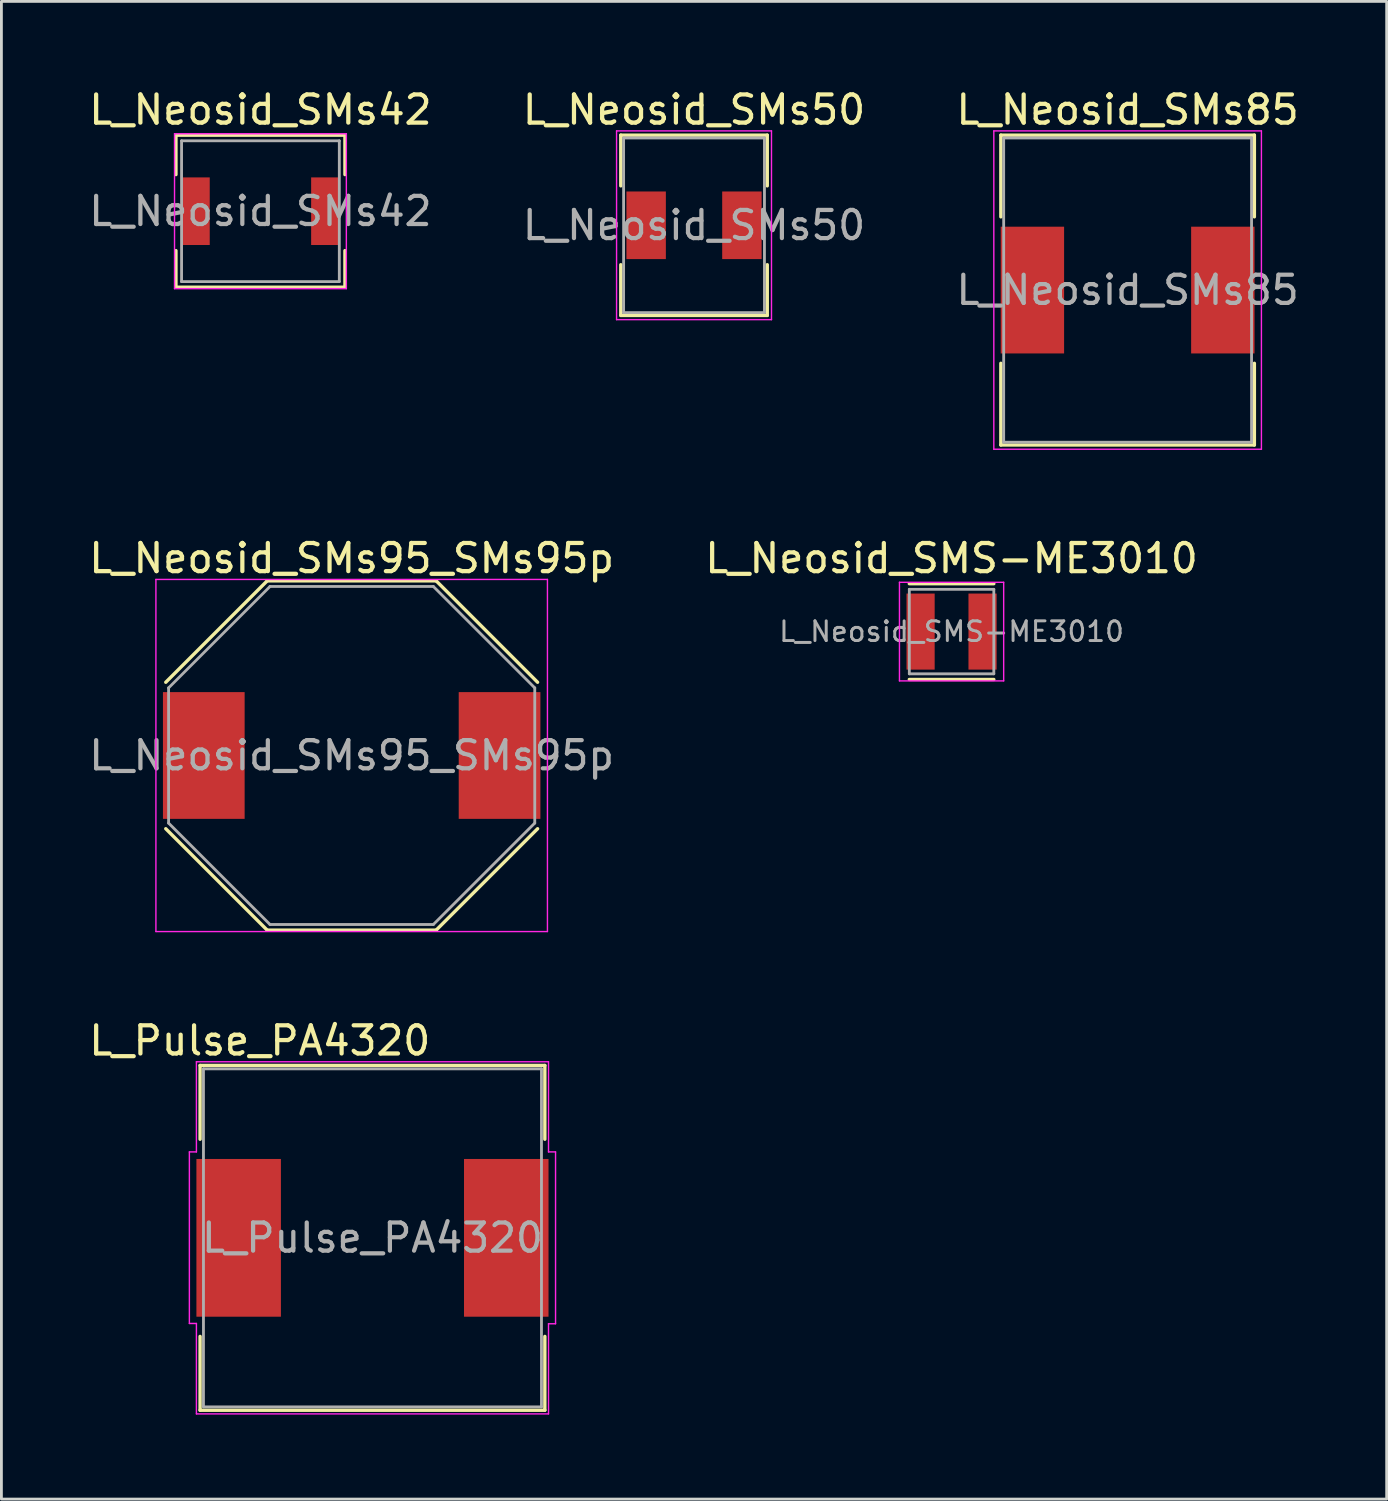
<source format=kicad_pcb>
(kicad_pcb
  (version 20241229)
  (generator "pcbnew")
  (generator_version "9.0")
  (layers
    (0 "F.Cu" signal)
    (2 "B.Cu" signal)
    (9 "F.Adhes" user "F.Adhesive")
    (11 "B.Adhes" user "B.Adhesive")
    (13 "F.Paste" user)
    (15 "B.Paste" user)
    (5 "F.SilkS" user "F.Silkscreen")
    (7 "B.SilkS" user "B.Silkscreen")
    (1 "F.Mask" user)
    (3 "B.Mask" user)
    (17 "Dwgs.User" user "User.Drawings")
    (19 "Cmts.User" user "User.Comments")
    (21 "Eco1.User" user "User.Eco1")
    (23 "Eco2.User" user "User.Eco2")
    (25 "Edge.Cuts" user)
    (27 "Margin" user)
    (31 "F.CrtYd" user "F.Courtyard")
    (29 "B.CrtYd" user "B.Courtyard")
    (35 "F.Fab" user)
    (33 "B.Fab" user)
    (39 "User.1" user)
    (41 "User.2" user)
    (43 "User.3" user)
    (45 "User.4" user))
  (footprint "L_Neosid_SMs42"
    (layer "F.Cu")
    (at 6.196 4.448)
    (property "Reference" "L_Neosid_SMs42" (at 0 -3.6 0) (layer "F.SilkS") (effects (font (size 1 1) (thickness 0.15))))
    (attr smd)
    (fp_line (start -3 -2.7) (end 3 -2.7) (stroke (width 0.12) (type solid)) (layer "F.SilkS"))
    (fp_line (start -3 -1.3) (end -3 -2.7) (stroke (width 0.12) (type solid)) (layer "F.SilkS"))
    (fp_line (start -3 2.7) (end -3 1.4) (stroke (width 0.12) (type solid)) (layer "F.SilkS"))
    (fp_line (start 3 -2.7) (end 3 -1.3) (stroke (width 0.12) (type solid)) (layer "F.SilkS"))
    (fp_line (start 3 1.4) (end 3 2.7) (stroke (width 0.12) (type solid)) (layer "F.SilkS"))
    (fp_line (start 3 2.7) (end -3 2.7) (stroke (width 0.12) (type solid)) (layer "F.SilkS"))
    (fp_line (start -3.05 -2.75) (end -3.05 2.75) (stroke (width 0.05) (type solid)) (layer "F.CrtYd"))
    (fp_line (start -3.05 -2.75) (end 3.05 -2.75) (stroke (width 0.05) (type solid)) (layer "F.CrtYd"))
    (fp_line (start 3.05 2.75) (end -3.05 2.75) (stroke (width 0.05) (type solid)) (layer "F.CrtYd"))
    (fp_line (start 3.05 2.75) (end 3.05 -2.75) (stroke (width 0.05) (type solid)) (layer "F.CrtYd"))
    (fp_line (start -2.8 -2.5) (end 2.8 -2.5) (stroke (width 0.1) (type solid)) (layer "F.Fab"))
    (fp_line (start -2.8 2.5) (end -2.8 -2.5) (stroke (width 0.1) (type solid)) (layer "F.Fab"))
    (fp_line (start 2.8 -2.5) (end 2.8 2.5) (stroke (width 0.1) (type solid)) (layer "F.Fab"))
    (fp_line (start 2.8 2.5) (end -2.8 2.5) (stroke (width 0.1) (type solid)) (layer "F.Fab"))
    (fp_text user "${REFERENCE}" (at 0 0 0) (layer "F.Fab") (effects (font (size 1 1) (thickness 0.15))))
    (pad "1" smd rect (at -2.3 0) (size 1 2.4) (layers "F.Cu" "F.Mask" "F.Paste"))
    (pad "2" smd rect (at 2.3 0) (size 1 2.4) (layers "F.Cu" "F.Mask" "F.Paste")))
  (footprint "L_Neosid_SMs95_SMs95p"
    (layer "F.Cu")
    (at 9.435 23.771)
    (property "Reference" "L_Neosid_SMs95_SMs95p" (at 0 -7 0) (layer "F.SilkS") (effects (font (size 1 1) (thickness 0.15))))
    (attr smd)
    (fp_line (start -6.6 -2.6) (end -3 -6.2) (stroke (width 0.12) (type solid)) (layer "F.SilkS"))
    (fp_line (start -3 -6.2) (end 3 -6.2) (stroke (width 0.12) (type solid)) (layer "F.SilkS"))
    (fp_line (start -3 6.2) (end -6.6 2.6) (stroke (width 0.12) (type solid)) (layer "F.SilkS"))
    (fp_line (start 3 -6.2) (end 6.6 -2.6) (stroke (width 0.12) (type solid)) (layer "F.SilkS"))
    (fp_line (start 3 6.2) (end -3 6.2) (stroke (width 0.12) (type solid)) (layer "F.SilkS"))
    (fp_line (start 6.6 2.6) (end 3 6.2) (stroke (width 0.12) (type solid)) (layer "F.SilkS"))
    (fp_line (start -6.95 -6.25) (end -6.95 6.25) (stroke (width 0.05) (type solid)) (layer "F.CrtYd"))
    (fp_line (start -6.95 -6.25) (end 6.95 -6.25) (stroke (width 0.05) (type solid)) (layer "F.CrtYd"))
    (fp_line (start 6.95 6.25) (end -6.95 6.25) (stroke (width 0.05) (type solid)) (layer "F.CrtYd"))
    (fp_line (start 6.95 6.25) (end 6.95 -6.25) (stroke (width 0.05) (type solid)) (layer "F.CrtYd"))
    (fp_line (start -6.5 -2.4) (end -6.5 2.4) (stroke (width 0.1) (type solid)) (layer "F.Fab"))
    (fp_line (start -6.5 -2.4) (end -2.9 -6) (stroke (width 0.1) (type solid)) (layer "F.Fab"))
    (fp_line (start -6.5 2.4) (end -2.9 6) (stroke (width 0.1) (type solid)) (layer "F.Fab"))
    (fp_line (start -2.9 6) (end 2.9 6) (stroke (width 0.1) (type solid)) (layer "F.Fab"))
    (fp_line (start 2.9 -6) (end -2.9 -6) (stroke (width 0.1) (type solid)) (layer "F.Fab"))
    (fp_line (start 2.9 6) (end 6.5 2.4) (stroke (width 0.1) (type solid)) (layer "F.Fab"))
    (fp_line (start 6.5 -2.4) (end 2.9 -6) (stroke (width 0.1) (type solid)) (layer "F.Fab"))
    (fp_line (start 6.5 2.4) (end 6.5 -2.4) (stroke (width 0.1) (type solid)) (layer "F.Fab"))
    (fp_text user "${REFERENCE}" (at 0 0 0) (layer "F.Fab") (effects (font (size 1 1) (thickness 0.15))))
    (pad "1" smd rect (at -5.25 0) (size 2.9 4.5) (layers "F.Cu" "F.Mask" "F.Paste"))
    (pad "2" smd rect (at 5.25 0) (size 2.9 4.5) (layers "F.Cu" "F.Mask" "F.Paste")))
  (footprint "L_Neosid_SMs50"
    (layer "F.Cu")
    (at 21.589 4.948)
    (property "Reference" "L_Neosid_SMs50" (at 0 -4.1 0) (layer "F.SilkS") (effects (font (size 1 1) (thickness 0.15))))
    (attr smd)
    (fp_line (start -2.6 -3.2) (end 2.6 -3.2) (stroke (width 0.12) (type solid)) (layer "F.SilkS"))
    (fp_line (start -2.6 -1.4) (end -2.6 -3.2) (stroke (width 0.12) (type solid)) (layer "F.SilkS"))
    (fp_line (start -2.6 3.2) (end -2.6 1.4) (stroke (width 0.12) (type solid)) (layer "F.SilkS"))
    (fp_line (start 2.6 -3.2) (end 2.6 -1.4) (stroke (width 0.12) (type solid)) (layer "F.SilkS"))
    (fp_line (start 2.6 1.4) (end 2.6 3.2) (stroke (width 0.12) (type solid)) (layer "F.SilkS"))
    (fp_line (start 2.6 3.2) (end -2.6 3.2) (stroke (width 0.12) (type solid)) (layer "F.SilkS"))
    (fp_line (start -2.75 -3.35) (end -2.75 3.35) (stroke (width 0.05) (type solid)) (layer "F.CrtYd"))
    (fp_line (start -2.75 -3.35) (end 2.75 -3.35) (stroke (width 0.05) (type solid)) (layer "F.CrtYd"))
    (fp_line (start 2.75 3.35) (end -2.75 3.35) (stroke (width 0.05) (type solid)) (layer "F.CrtYd"))
    (fp_line (start 2.75 3.35) (end 2.75 -3.35) (stroke (width 0.05) (type solid)) (layer "F.CrtYd"))
    (fp_line (start -2.5 -3.1) (end 2.5 -3.1) (stroke (width 0.1) (type solid)) (layer "F.Fab"))
    (fp_line (start -2.5 3.1) (end -2.5 -3.1) (stroke (width 0.1) (type solid)) (layer "F.Fab"))
    (fp_line (start 2.5 -3.1) (end 2.5 3.1) (stroke (width 0.1) (type solid)) (layer "F.Fab"))
    (fp_line (start 2.5 3.1) (end -2.5 3.1) (stroke (width 0.1) (type solid)) (layer "F.Fab"))
    (fp_text user "${REFERENCE}" (at 0 0 0) (layer "F.Fab") (effects (font (size 1 1) (thickness 0.15))))
    (pad "1" smd rect (at -1.7 0) (size 1.4 2.4) (layers "F.Cu" "F.Mask" "F.Paste"))
    (pad "2" smd rect (at 1.7 0) (size 1.4 2.4) (layers "F.Cu" "F.Mask" "F.Paste")))
  (footprint "L_Neosid_SMs85"
    (layer "F.Cu")
    (at 36.982 7.248)
    (property "Reference" "L_Neosid_SMs85" (at 0 -6.4 0) (layer "F.SilkS") (effects (font (size 1 1) (thickness 0.15))))
    (attr smd)
    (fp_line (start -4.5 -5.5) (end 4.5 -5.5) (stroke (width 0.12) (type solid)) (layer "F.SilkS"))
    (fp_line (start -4.5 -2.6) (end -4.5 -5.5) (stroke (width 0.12) (type solid)) (layer "F.SilkS"))
    (fp_line (start -4.5 5.5) (end -4.5 2.6) (stroke (width 0.12) (type solid)) (layer "F.SilkS"))
    (fp_line (start 4.5 -5.5) (end 4.5 -2.6) (stroke (width 0.12) (type solid)) (layer "F.SilkS"))
    (fp_line (start 4.5 2.6) (end 4.5 5.5) (stroke (width 0.12) (type solid)) (layer "F.SilkS"))
    (fp_line (start 4.5 5.5) (end -4.5 5.5) (stroke (width 0.12) (type solid)) (layer "F.SilkS"))
    (fp_line (start -4.75 -5.65) (end -4.75 5.65) (stroke (width 0.05) (type solid)) (layer "F.CrtYd"))
    (fp_line (start -4.75 -5.65) (end 4.75 -5.65) (stroke (width 0.05) (type solid)) (layer "F.CrtYd"))
    (fp_line (start 4.75 5.65) (end -4.75 5.65) (stroke (width 0.05) (type solid)) (layer "F.CrtYd"))
    (fp_line (start 4.75 5.65) (end 4.75 -5.65) (stroke (width 0.05) (type solid)) (layer "F.CrtYd"))
    (fp_line (start -4.4 -5.4) (end 4.4 -5.4) (stroke (width 0.1) (type solid)) (layer "F.Fab"))
    (fp_line (start -4.4 5.4) (end -4.4 -5.4) (stroke (width 0.1) (type solid)) (layer "F.Fab"))
    (fp_line (start 4.4 -5.4) (end 4.4 5.4) (stroke (width 0.1) (type solid)) (layer "F.Fab"))
    (fp_line (start 4.4 5.4) (end -4.4 5.4) (stroke (width 0.1) (type solid)) (layer "F.Fab"))
    (fp_text user "${REFERENCE}" (at 0 0 0) (layer "F.Fab") (effects (font (size 1 1) (thickness 0.15))))
    (pad "1" smd rect (at -3.38 0) (size 2.25 4.5) (layers "F.Cu" "F.Mask" "F.Paste"))
    (pad "2" smd rect (at 3.38 0) (size 2.25 4.5) (layers "F.Cu" "F.Mask" "F.Paste")))
  (footprint "L_Neosid_SMS-ME3010"
    (layer "F.Cu")
    (at 30.732 19.372)
    (property "Reference" "L_Neosid_SMS-ME3010" (at 0 -2.6 0) (layer "F.SilkS") (effects (font (size 1 1) (thickness 0.15))))
    (attr smd)
    (fp_line (start 1.5 -1.7) (end -1.5 -1.7) (stroke (width 0.12) (type solid)) (layer "F.SilkS"))
    (fp_line (start 1.5 1.7) (end -1.5 1.7) (stroke (width 0.12) (type solid)) (layer "F.SilkS"))
    (fp_line (start -1.85 -1.75) (end -1.85 1.75) (stroke (width 0.05) (type solid)) (layer "F.CrtYd"))
    (fp_line (start -1.85 -1.75) (end 1.85 -1.75) (stroke (width 0.05) (type solid)) (layer "F.CrtYd"))
    (fp_line (start 1.85 1.75) (end -1.85 1.75) (stroke (width 0.05) (type solid)) (layer "F.CrtYd"))
    (fp_line (start 1.85 1.75) (end 1.85 -1.75) (stroke (width 0.05) (type solid)) (layer "F.CrtYd"))
    (fp_line (start -1.5 -1.5) (end -1.5 1.5) (stroke (width 0.1) (type solid)) (layer "F.Fab"))
    (fp_line (start -1.5 1.5) (end 1.5 1.5) (stroke (width 0.1) (type solid)) (layer "F.Fab"))
    (fp_line (start 1.5 -1.5) (end -1.5 -1.5) (stroke (width 0.1) (type solid)) (layer "F.Fab"))
    (fp_line (start 1.5 1.5) (end 1.5 -1.5) (stroke (width 0.1) (type solid)) (layer "F.Fab"))
    (fp_text user "${REFERENCE}" (at 0 0 0) (layer "F.Fab") (effects (font (size 0.7 0.7) (thickness 0.105))))
    (pad "1" smd rect (at -1.1 0) (size 1 2.7) (layers "F.Cu" "F.Mask" "F.Paste"))
    (pad "2" smd rect (at 1.1 0) (size 1 2.7) (layers "F.Cu" "F.Mask" "F.Paste")))
  (footprint "L_Pulse_PA4320"
    (layer "F.Cu")
    (at 10.173 40.895)
    (property "Reference" "L_Pulse_PA4320" (at -4 -7 0) (layer "F.SilkS") (effects (font (size 1 1) (thickness 0.15))))
    (attr smd)
    (fp_line (start -6.12 -6.12) (end -6.12 -3.5) (stroke (width 0.12) (type solid)) (layer "F.SilkS"))
    (fp_line (start -6.12 -6.12) (end 6.12 -6.12) (stroke (width 0.12) (type solid)) (layer "F.SilkS"))
    (fp_line (start -6.12 3.5) (end -6.12 6.12) (stroke (width 0.12) (type solid)) (layer "F.SilkS"))
    (fp_line (start -6.12 6.12) (end 6.12 6.12) (stroke (width 0.12) (type solid)) (layer "F.SilkS"))
    (fp_line (start 6.12 -6.12) (end 6.12 -3.5) (stroke (width 0.12) (type solid)) (layer "F.SilkS"))
    (fp_line (start 6.12 3.5) (end 6.12 6.12) (stroke (width 0.12) (type solid)) (layer "F.SilkS"))
    (fp_line (start -6.5 3.04) (end -6.5 -3.05) (stroke (width 0.05) (type solid)) (layer "F.CrtYd"))
    (fp_line (start -6.25 -6.25) (end -6.25 -3.05) (stroke (width 0.05) (type solid)) (layer "F.CrtYd"))
    (fp_line (start -6.25 -6.25) (end 6.25 -6.25) (stroke (width 0.05) (type solid)) (layer "F.CrtYd"))
    (fp_line (start -6.25 -3.05) (end -6.5 -3.05) (stroke (width 0.05) (type solid)) (layer "F.CrtYd"))
    (fp_line (start -6.25 3.04) (end -6.5 3.04) (stroke (width 0.05) (type solid)) (layer "F.CrtYd"))
    (fp_line (start -6.25 3.04) (end -6.25 6.25) (stroke (width 0.05) (type solid)) (layer "F.CrtYd"))
    (fp_line (start 6.25 -6.25) (end 6.25 -3.05) (stroke (width 0.05) (type solid)) (layer "F.CrtYd"))
    (fp_line (start 6.25 -3.05) (end 6.5 -3.05) (stroke (width 0.05) (type solid)) (layer "F.CrtYd"))
    (fp_line (start 6.25 3.05) (end 6.25 6.25) (stroke (width 0.05) (type solid)) (layer "F.CrtYd"))
    (fp_line (start 6.25 6.25) (end -6.25 6.25) (stroke (width 0.05) (type solid)) (layer "F.CrtYd"))
    (fp_line (start 6.5 -3.05) (end 6.5 3.05) (stroke (width 0.05) (type solid)) (layer "F.CrtYd"))
    (fp_line (start 6.5 3.05) (end 6.25 3.05) (stroke (width 0.05) (type solid)) (layer "F.CrtYd"))
    (fp_line (start -6 -6) (end 6 -6) (stroke (width 0.1) (type solid)) (layer "F.Fab"))
    (fp_line (start -6 6) (end -6 -6) (stroke (width 0.1) (type solid)) (layer "F.Fab"))
    (fp_line (start 6 -6) (end 6 6) (stroke (width 0.1) (type solid)) (layer "F.Fab"))
    (fp_line (start 6 6) (end -6 6) (stroke (width 0.1) (type solid)) (layer "F.Fab"))
    (fp_text user "${REFERENCE}" (at 0 0 0) (layer "F.Fab") (effects (font (size 1 1) (thickness 0.15))))
    (pad "1" smd rect (at -4.75 0 90) (size 5.6 3) (layers "F.Cu" "F.Mask" "F.Paste"))
    (pad "2" smd rect (at 4.75 0 90) (size 5.6 3) (layers "F.Cu" "F.Mask" "F.Paste")))
  (gr_rect
    (start -3 -3)
    (end 46.179 50.17)
    (stroke (width 0.1) (type default))
    (fill no)
    (layer "Edge.Cuts")))
</source>
